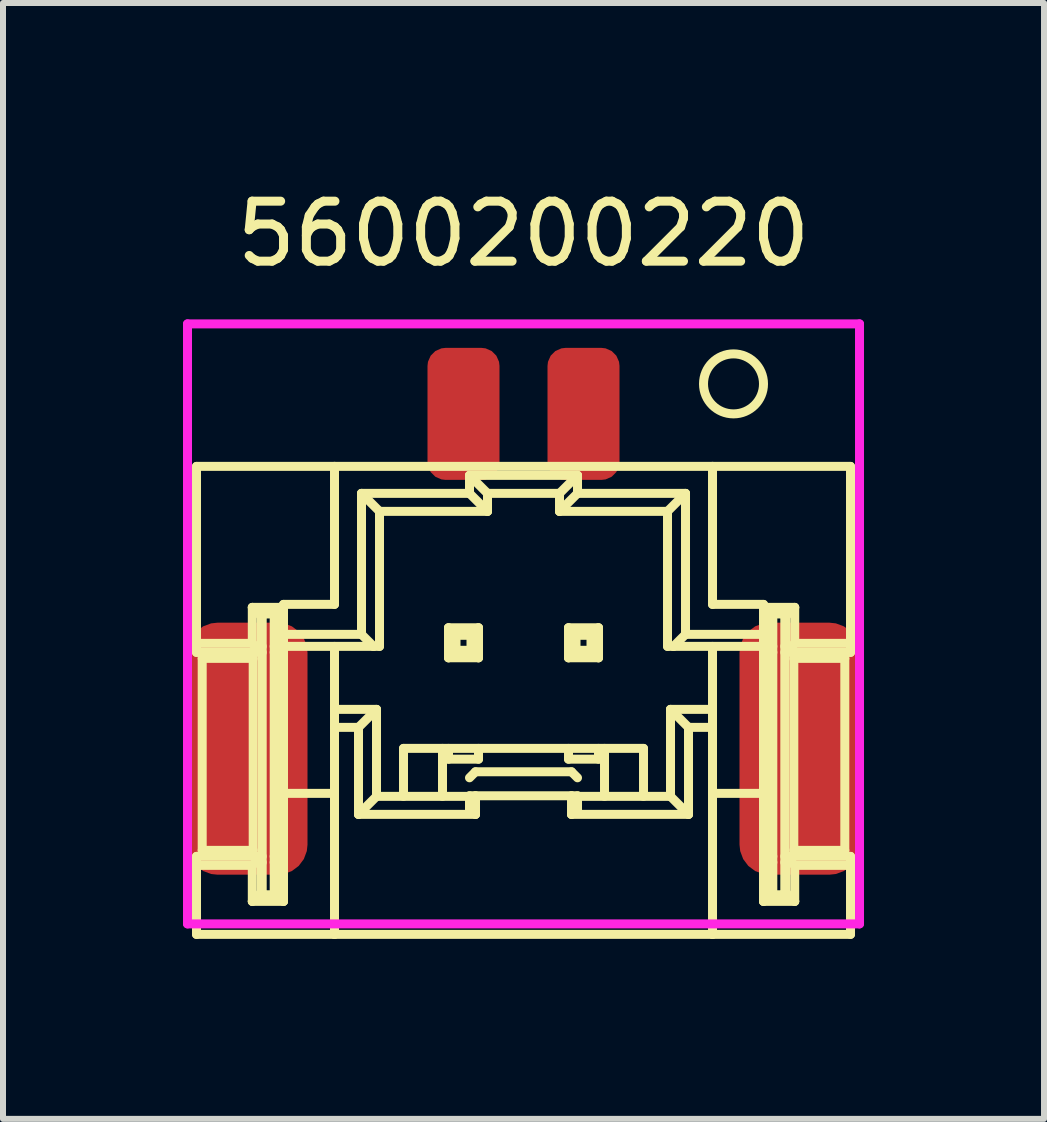
<source format=kicad_pcb>
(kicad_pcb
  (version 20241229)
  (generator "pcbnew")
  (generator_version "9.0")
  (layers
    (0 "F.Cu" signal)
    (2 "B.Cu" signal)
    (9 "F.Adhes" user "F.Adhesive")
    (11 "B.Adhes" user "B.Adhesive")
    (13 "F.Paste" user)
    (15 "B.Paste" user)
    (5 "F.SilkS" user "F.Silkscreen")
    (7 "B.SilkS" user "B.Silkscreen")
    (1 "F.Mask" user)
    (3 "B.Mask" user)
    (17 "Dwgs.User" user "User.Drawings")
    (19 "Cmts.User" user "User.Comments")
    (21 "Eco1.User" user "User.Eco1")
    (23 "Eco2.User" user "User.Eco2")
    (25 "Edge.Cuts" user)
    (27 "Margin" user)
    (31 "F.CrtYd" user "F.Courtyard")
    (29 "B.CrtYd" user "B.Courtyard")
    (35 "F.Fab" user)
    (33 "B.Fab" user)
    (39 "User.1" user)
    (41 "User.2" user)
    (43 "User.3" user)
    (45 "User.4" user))
  (footprint "5600200220"
    (layer "F.Cu")
    (at 5.675 6.348)
    (property "Reference" "5600200220" (at 0 -5.5 0) (layer "F.SilkS") (effects (font (size 1 1) (thickness 0.15))))
    (attr smd)
    (fp_line (start -5.45 -1.625) (end -5.45 1.325) (stroke (width 0.15) (type solid)) (layer "F.SilkS"))
    (fp_line (start -5.45 1.475) (end -5.45 1.325) (stroke (width 0.15) (type solid)) (layer "F.SilkS"))
    (fp_line (start -5.45 1.475) (end -4.37 1.475) (stroke (width 0.15) (type solid)) (layer "F.SilkS"))
    (fp_line (start -5.45 5.025) (end -5.45 4.875) (stroke (width 0.15) (type solid)) (layer "F.SilkS"))
    (fp_line (start -5.45 5.025) (end -4.52 5.025) (stroke (width 0.15) (type solid)) (layer "F.SilkS"))
    (fp_line (start -5.45 6.175) (end -5.45 5.025) (stroke (width 0.15) (type solid)) (layer "F.SilkS"))
    (fp_line (start -5.45 6.175) (end -3.15 6.175) (stroke (width 0.15) (type solid)) (layer "F.SilkS"))
    (fp_line (start -5.355 4.775) (end -5.355 1.575) (stroke (width 0.15) (type solid)) (layer "F.SilkS"))
    (fp_line (start -4.52 0.725) (end -4.37 0.875) (stroke (width 0.15) (type solid)) (layer "F.SilkS"))
    (fp_line (start -4.52 0.725) (end -4 0.725) (stroke (width 0.15) (type solid)) (layer "F.SilkS"))
    (fp_line (start -4.52 1.325) (end -5.45 1.325) (stroke (width 0.15) (type solid)) (layer "F.SilkS"))
    (fp_line (start -4.52 1.325) (end -4.52 0.725) (stroke (width 0.15) (type solid)) (layer "F.SilkS"))
    (fp_line (start -4.52 5.025) (end -4.37 4.875) (stroke (width 0.15) (type solid)) (layer "F.SilkS"))
    (fp_line (start -4.52 5.625) (end -4.52 5.025) (stroke (width 0.15) (type solid)) (layer "F.SilkS"))
    (fp_line (start -4.52 5.625) (end -4 5.625) (stroke (width 0.15) (type solid)) (layer "F.SilkS"))
    (fp_line (start -4.505 1.575) (end -5.355 1.575) (stroke (width 0.15) (type solid)) (layer "F.SilkS"))
    (fp_line (start -4.505 1.575) (end -4.505 4.775) (stroke (width 0.15) (type solid)) (layer "F.SilkS"))
    (fp_line (start -4.505 4.775) (end -5.355 4.775) (stroke (width 0.15) (type solid)) (layer "F.SilkS"))
    (fp_line (start -4.37 0.875) (end -4.355 0.875) (stroke (width 0.15) (type solid)) (layer "F.SilkS"))
    (fp_line (start -4.37 1.475) (end -4.52 1.325) (stroke (width 0.15) (type solid)) (layer "F.SilkS"))
    (fp_line (start -4.37 1.475) (end -4.37 0.875) (stroke (width 0.15) (type solid)) (layer "F.SilkS"))
    (fp_line (start -4.37 4.875) (end -5.45 4.875) (stroke (width 0.15) (type solid)) (layer "F.SilkS"))
    (fp_line (start -4.37 4.875) (end -4.355 4.875) (stroke (width 0.15) (type solid)) (layer "F.SilkS"))
    (fp_line (start -4.37 5.475) (end -4.52 5.625) (stroke (width 0.15) (type solid)) (layer "F.SilkS"))
    (fp_line (start -4.37 5.475) (end -4.37 4.875) (stroke (width 0.15) (type solid)) (layer "F.SilkS"))
    (fp_line (start -4.355 1.375) (end -4.37 1.375) (stroke (width 0.15) (type solid)) (layer "F.SilkS"))
    (fp_line (start -4.355 1.475) (end -4.37 1.475) (stroke (width 0.15) (type solid)) (layer "F.SilkS"))
    (fp_line (start -4.355 4.975) (end -4.37 4.975) (stroke (width 0.15) (type solid)) (layer "F.SilkS"))
    (fp_line (start -4.355 5.475) (end -4.37 5.475) (stroke (width 0.15) (type solid)) (layer "F.SilkS"))
    (fp_line (start -4.355 5.515) (end -4.355 0.835) (stroke (width 0.15) (type solid)) (layer "F.SilkS"))
    (fp_line (start -4.155 0.835) (end -4.355 0.835) (stroke (width 0.15) (type solid)) (layer "F.SilkS"))
    (fp_line (start -4.155 0.875) (end -4.14 0.875) (stroke (width 0.15) (type solid)) (layer "F.SilkS"))
    (fp_line (start -4.155 4.875) (end -4.14 4.875) (stroke (width 0.15) (type solid)) (layer "F.SilkS"))
    (fp_line (start -4.155 4.975) (end -4.14 4.975) (stroke (width 0.15) (type solid)) (layer "F.SilkS"))
    (fp_line (start -4.155 5.515) (end -4.355 5.515) (stroke (width 0.15) (type solid)) (layer "F.SilkS"))
    (fp_line (start -4.155 5.515) (end -4.155 0.835) (stroke (width 0.15) (type solid)) (layer "F.SilkS"))
    (fp_line (start -4.14 1.375) (end -4.155 1.375) (stroke (width 0.15) (type solid)) (layer "F.SilkS"))
    (fp_line (start -4.14 1.475) (end -4.155 1.475) (stroke (width 0.15) (type solid)) (layer "F.SilkS"))
    (fp_line (start -4.14 5.475) (end -4.155 5.475) (stroke (width 0.15) (type solid)) (layer "F.SilkS"))
    (fp_line (start -4.14 5.475) (end -4.14 0.875) (stroke (width 0.15) (type solid)) (layer "F.SilkS"))
    (fp_line (start -4.14 5.475) (end -4 5.625) (stroke (width 0.15) (type solid)) (layer "F.SilkS"))
    (fp_line (start -4 0.675) (end -4 1.175) (stroke (width 0.15) (type solid)) (layer "F.SilkS"))
    (fp_line (start -4 0.675) (end -3.15 0.675) (stroke (width 0.15) (type solid)) (layer "F.SilkS"))
    (fp_line (start -4 0.725) (end -4.14 0.875) (stroke (width 0.15) (type solid)) (layer "F.SilkS"))
    (fp_line (start -4 1.175) (end -2.7 1.175) (stroke (width 0.15) (type solid)) (layer "F.SilkS"))
    (fp_line (start -4 1.375) (end -4 1.175) (stroke (width 0.15) (type solid)) (layer "F.SilkS"))
    (fp_line (start -4 1.375) (end -4 3.825) (stroke (width 0.15) (type solid)) (layer "F.SilkS"))
    (fp_line (start -4 1.375) (end -2.5 1.375) (stroke (width 0.15) (type solid)) (layer "F.SilkS"))
    (fp_line (start -4 5.625) (end -4 3.825) (stroke (width 0.15) (type solid)) (layer "F.SilkS"))
    (fp_line (start -3.15 -1.625) (end -5.45 -1.625) (stroke (width 0.15) (type solid)) (layer "F.SilkS"))
    (fp_line (start -3.15 -1.625) (end -3.15 0.675) (stroke (width 0.15) (type solid)) (layer "F.SilkS"))
    (fp_line (start -3.15 -1.625) (end 3.15 -1.625) (stroke (width 0.15) (type solid)) (layer "F.SilkS"))
    (fp_line (start -3.15 1.375) (end -3.15 2.425) (stroke (width 0.15) (type solid)) (layer "F.SilkS"))
    (fp_line (start -3.15 2.425) (end -2.45 2.425) (stroke (width 0.15) (type solid)) (layer "F.SilkS"))
    (fp_line (start -3.15 2.725) (end -3.15 2.425) (stroke (width 0.15) (type solid)) (layer "F.SilkS"))
    (fp_line (start -3.15 2.725) (end -3.15 6.175) (stroke (width 0.15) (type solid)) (layer "F.SilkS"))
    (fp_line (start -3.15 2.725) (end -2.75 2.725) (stroke (width 0.15) (type solid)) (layer "F.SilkS"))
    (fp_line (start -3.15 3.825) (end -4 3.825) (stroke (width 0.15) (type solid)) (layer "F.SilkS"))
    (fp_line (start -3.15 6.175) (end 3.15 6.175) (stroke (width 0.15) (type solid)) (layer "F.SilkS"))
    (fp_line (start -2.75 2.725) (end -2.45 2.425) (stroke (width 0.15) (type solid)) (layer "F.SilkS"))
    (fp_line (start -2.75 4.175) (end -2.75 2.725) (stroke (width 0.15) (type solid)) (layer "F.SilkS"))
    (fp_line (start -2.75 4.175) (end -2.45 3.875) (stroke (width 0.15) (type solid)) (layer "F.SilkS"))
    (fp_line (start -2.75 4.175) (end -0.8 4.175) (stroke (width 0.15) (type solid)) (layer "F.SilkS"))
    (fp_line (start -2.7 -1.175) (end -2.7 1.175) (stroke (width 0.15) (type solid)) (layer "F.SilkS"))
    (fp_line (start -2.7 -1.175) (end -2.4 -0.875) (stroke (width 0.15) (type solid)) (layer "F.SilkS"))
    (fp_line (start -2.7 1.175) (end -2.5 1.375) (stroke (width 0.15) (type solid)) (layer "F.SilkS"))
    (fp_line (start -2.45 3.875) (end -2.45 2.425) (stroke (width 0.15) (type solid)) (layer "F.SilkS"))
    (fp_line (start -2.45 3.875) (end -0.9 3.875) (stroke (width 0.15) (type solid)) (layer "F.SilkS"))
    (fp_line (start -2.4 -0.875) (end -0.6 -0.875) (stroke (width 0.15) (type solid)) (layer "F.SilkS"))
    (fp_line (start -2.4 1.375) (end -2.5 1.375) (stroke (width 0.15) (type solid)) (layer "F.SilkS"))
    (fp_line (start -2.4 1.375) (end -2.4 -0.875) (stroke (width 0.15) (type solid)) (layer "F.SilkS"))
    (fp_line (start -2 3.075) (end 2 3.075) (stroke (width 0.15) (type solid)) (layer "F.SilkS"))
    (fp_line (start -2 3.875) (end -2 3.075) (stroke (width 0.15) (type solid)) (layer "F.SilkS"))
    (fp_line (start -1.35 3.875) (end -1.35 3.075) (stroke (width 0.15) (type solid)) (layer "F.SilkS"))
    (fp_line (start -1.25 1.065) (end -1.25 1.565) (stroke (width 0.15) (type solid)) (layer "F.SilkS"))
    (fp_line (start -1.25 1.065) (end -1.125 1.19) (stroke (width 0.15) (type solid)) (layer "F.SilkS"))
    (fp_line (start -1.25 1.565) (end -1.125 1.44) (stroke (width 0.15) (type solid)) (layer "F.SilkS"))
    (fp_line (start -1.25 3.075) (end -1.25 3.255) (stroke (width 0.15) (type solid)) (layer "F.SilkS"))
    (fp_line (start -1.25 3.255) (end -0.75 3.255) (stroke (width 0.15) (type solid)) (layer "F.SilkS"))
    (fp_line (start -1.125 1.19) (end -1.125 1.44) (stroke (width 0.15) (type solid)) (layer "F.SilkS"))
    (fp_line (start -1.125 1.19) (end -0.875 1.19) (stroke (width 0.15) (type solid)) (layer "F.SilkS"))
    (fp_line (start -1.125 1.44) (end -0.875 1.44) (stroke (width 0.15) (type solid)) (layer "F.SilkS"))
    (fp_line (start -0.9 -1.475) (end -0.9 -1.175) (stroke (width 0.15) (type solid)) (layer "F.SilkS"))
    (fp_line (start -0.9 -1.475) (end -0.6 -1.175) (stroke (width 0.15) (type solid)) (layer "F.SilkS"))
    (fp_line (start -0.9 -1.475) (end 0.9 -1.475) (stroke (width 0.15) (type solid)) (layer "F.SilkS"))
    (fp_line (start -0.9 -1.175) (end -2.7 -1.175) (stroke (width 0.15) (type solid)) (layer "F.SilkS"))
    (fp_line (start -0.9 -1.175) (end -0.6 -0.875) (stroke (width 0.15) (type solid)) (layer "F.SilkS"))
    (fp_line (start -0.9 3.865) (end -0.8 3.865) (stroke (width 0.15) (type solid)) (layer "F.SilkS"))
    (fp_line (start -0.9 4.125) (end -0.9 3.865) (stroke (width 0.15) (type solid)) (layer "F.SilkS"))
    (fp_line (start -0.875 1.19) (end -0.75 1.065) (stroke (width 0.15) (type solid)) (layer "F.SilkS"))
    (fp_line (start -0.875 1.44) (end -0.875 1.19) (stroke (width 0.15) (type solid)) (layer "F.SilkS"))
    (fp_line (start -0.8 3.465) (end -0.9 3.565) (stroke (width 0.15) (type solid)) (layer "F.SilkS"))
    (fp_line (start -0.8 3.865) (end 0.8 3.865) (stroke (width 0.15) (type solid)) (layer "F.SilkS"))
    (fp_line (start -0.8 4.175) (end -0.9 4.125) (stroke (width 0.15) (type solid)) (layer "F.SilkS"))
    (fp_line (start -0.8 4.175) (end -0.8 3.865) (stroke (width 0.15) (type solid)) (layer "F.SilkS"))
    (fp_line (start -0.75 1.065) (end -1.25 1.065) (stroke (width 0.15) (type solid)) (layer "F.SilkS"))
    (fp_line (start -0.75 1.065) (end -0.75 1.565) (stroke (width 0.15) (type solid)) (layer "F.SilkS"))
    (fp_line (start -0.75 1.565) (end -1.25 1.565) (stroke (width 0.15) (type solid)) (layer "F.SilkS"))
    (fp_line (start -0.75 1.565) (end -0.875 1.44) (stroke (width 0.15) (type solid)) (layer "F.SilkS"))
    (fp_line (start -0.75 3.255) (end -0.75 3.075) (stroke (width 0.15) (type solid)) (layer "F.SilkS"))
    (fp_line (start -0.6 -0.875) (end -0.6 -1.175) (stroke (width 0.15) (type solid)) (layer "F.SilkS"))
    (fp_line (start 0.6 -1.175) (end -0.6 -1.175) (stroke (width 0.15) (type solid)) (layer "F.SilkS"))
    (fp_line (start 0.6 -0.875) (end 0.6 -1.175) (stroke (width 0.15) (type solid)) (layer "F.SilkS"))
    (fp_line (start 0.75 1.065) (end 0.75 1.565) (stroke (width 0.15) (type solid)) (layer "F.SilkS"))
    (fp_line (start 0.75 1.065) (end 0.875 1.19) (stroke (width 0.15) (type solid)) (layer "F.SilkS"))
    (fp_line (start 0.75 1.565) (end 0.875 1.44) (stroke (width 0.15) (type solid)) (layer "F.SilkS"))
    (fp_line (start 0.75 3.255) (end 0.75 3.075) (stroke (width 0.15) (type solid)) (layer "F.SilkS"))
    (fp_line (start 0.8 3.465) (end -0.8 3.465) (stroke (width 0.15) (type solid)) (layer "F.SilkS"))
    (fp_line (start 0.8 3.865) (end 0.9 3.865) (stroke (width 0.15) (type solid)) (layer "F.SilkS"))
    (fp_line (start 0.8 4.175) (end 0.8 3.865) (stroke (width 0.15) (type solid)) (layer "F.SilkS"))
    (fp_line (start 0.8 4.175) (end 0.9 4.125) (stroke (width 0.15) (type solid)) (layer "F.SilkS"))
    (fp_line (start 0.8 4.175) (end 2.75 4.175) (stroke (width 0.15) (type solid)) (layer "F.SilkS"))
    (fp_line (start 0.875 1.19) (end 0.875 1.44) (stroke (width 0.15) (type solid)) (layer "F.SilkS"))
    (fp_line (start 0.875 1.19) (end 1.125 1.19) (stroke (width 0.15) (type solid)) (layer "F.SilkS"))
    (fp_line (start 0.875 1.44) (end 1.125 1.44) (stroke (width 0.15) (type solid)) (layer "F.SilkS"))
    (fp_line (start 0.9 -1.475) (end 0.6 -1.175) (stroke (width 0.15) (type solid)) (layer "F.SilkS"))
    (fp_line (start 0.9 -1.475) (end 0.9 -1.175) (stroke (width 0.15) (type solid)) (layer "F.SilkS"))
    (fp_line (start 0.9 -1.175) (end 0.6 -0.875) (stroke (width 0.15) (type solid)) (layer "F.SilkS"))
    (fp_line (start 0.9 -1.175) (end 2.7 -1.175) (stroke (width 0.15) (type solid)) (layer "F.SilkS"))
    (fp_line (start 0.9 3.565) (end 0.8 3.465) (stroke (width 0.15) (type solid)) (layer "F.SilkS"))
    (fp_line (start 0.9 4.125) (end 0.9 3.865) (stroke (width 0.15) (type solid)) (layer "F.SilkS"))
    (fp_line (start 1.125 1.19) (end 1.25 1.065) (stroke (width 0.15) (type solid)) (layer "F.SilkS"))
    (fp_line (start 1.125 1.44) (end 1.125 1.19) (stroke (width 0.15) (type solid)) (layer "F.SilkS"))
    (fp_line (start 1.25 1.065) (end 0.75 1.065) (stroke (width 0.15) (type solid)) (layer "F.SilkS"))
    (fp_line (start 1.25 1.065) (end 1.25 1.565) (stroke (width 0.15) (type solid)) (layer "F.SilkS"))
    (fp_line (start 1.25 1.565) (end 0.75 1.565) (stroke (width 0.15) (type solid)) (layer "F.SilkS"))
    (fp_line (start 1.25 1.565) (end 1.125 1.44) (stroke (width 0.15) (type solid)) (layer "F.SilkS"))
    (fp_line (start 1.25 3.075) (end 1.25 3.255) (stroke (width 0.15) (type solid)) (layer "F.SilkS"))
    (fp_line (start 1.25 3.255) (end 0.75 3.255) (stroke (width 0.15) (type solid)) (layer "F.SilkS"))
    (fp_line (start 1.35 3.875) (end 1.35 3.075) (stroke (width 0.15) (type solid)) (layer "F.SilkS"))
    (fp_line (start 2 3.875) (end 2 3.075) (stroke (width 0.15) (type solid)) (layer "F.SilkS"))
    (fp_line (start 2.4 -0.875) (end 0.6 -0.875) (stroke (width 0.15) (type solid)) (layer "F.SilkS"))
    (fp_line (start 2.4 1.375) (end 2.4 -0.875) (stroke (width 0.15) (type solid)) (layer "F.SilkS"))
    (fp_line (start 2.45 3.875) (end 0.9 3.875) (stroke (width 0.15) (type solid)) (layer "F.SilkS"))
    (fp_line (start 2.45 3.875) (end 2.45 2.425) (stroke (width 0.15) (type solid)) (layer "F.SilkS"))
    (fp_line (start 2.5 1.375) (end 2.4 1.375) (stroke (width 0.15) (type solid)) (layer "F.SilkS"))
    (fp_line (start 2.7 -1.175) (end 2.4 -0.875) (stroke (width 0.15) (type solid)) (layer "F.SilkS"))
    (fp_line (start 2.7 -1.175) (end 2.7 1.175) (stroke (width 0.15) (type solid)) (layer "F.SilkS"))
    (fp_line (start 2.7 1.175) (end 2.5 1.375) (stroke (width 0.15) (type solid)) (layer "F.SilkS"))
    (fp_line (start 2.75 2.725) (end 2.45 2.425) (stroke (width 0.15) (type solid)) (layer "F.SilkS"))
    (fp_line (start 2.75 4.175) (end 2.45 3.875) (stroke (width 0.15) (type solid)) (layer "F.SilkS"))
    (fp_line (start 2.75 4.175) (end 2.75 2.725) (stroke (width 0.15) (type solid)) (layer "F.SilkS"))
    (fp_line (start 3.15 -1.625) (end 3.15 0.675) (stroke (width 0.15) (type solid)) (layer "F.SilkS"))
    (fp_line (start 3.15 -1.625) (end 5.45 -1.625) (stroke (width 0.15) (type solid)) (layer "F.SilkS"))
    (fp_line (start 3.15 1.375) (end 3.15 2.425) (stroke (width 0.15) (type solid)) (layer "F.SilkS"))
    (fp_line (start 3.15 2.425) (end 2.45 2.425) (stroke (width 0.15) (type solid)) (layer "F.SilkS"))
    (fp_line (start 3.15 2.425) (end 3.15 2.725) (stroke (width 0.15) (type solid)) (layer "F.SilkS"))
    (fp_line (start 3.15 2.725) (end 2.75 2.725) (stroke (width 0.15) (type solid)) (layer "F.SilkS"))
    (fp_line (start 3.15 2.725) (end 3.15 6.175) (stroke (width 0.15) (type solid)) (layer "F.SilkS"))
    (fp_line (start 3.15 3.825) (end 4 3.825) (stroke (width 0.15) (type solid)) (layer "F.SilkS"))
    (fp_line (start 4 0.675) (end 3.15 0.675) (stroke (width 0.15) (type solid)) (layer "F.SilkS"))
    (fp_line (start 4 0.675) (end 4 1.175) (stroke (width 0.15) (type solid)) (layer "F.SilkS"))
    (fp_line (start 4 0.725) (end 4.52 0.725) (stroke (width 0.15) (type solid)) (layer "F.SilkS"))
    (fp_line (start 4 1.175) (end 2.7 1.175) (stroke (width 0.15) (type solid)) (layer "F.SilkS"))
    (fp_line (start 4 1.175) (end 4 1.375) (stroke (width 0.15) (type solid)) (layer "F.SilkS"))
    (fp_line (start 4 1.375) (end 2.5 1.375) (stroke (width 0.15) (type solid)) (layer "F.SilkS"))
    (fp_line (start 4 1.375) (end 4 3.825) (stroke (width 0.15) (type solid)) (layer "F.SilkS"))
    (fp_line (start 4 5.625) (end 4 3.825) (stroke (width 0.15) (type solid)) (layer "F.SilkS"))
    (fp_line (start 4 5.625) (end 4.14 5.475) (stroke (width 0.15) (type solid)) (layer "F.SilkS"))
    (fp_line (start 4.14 0.875) (end 4 0.725) (stroke (width 0.15) (type solid)) (layer "F.SilkS"))
    (fp_line (start 4.14 1.475) (end 4.155 1.475) (stroke (width 0.15) (type solid)) (layer "F.SilkS"))
    (fp_line (start 4.14 5.475) (end 4.14 0.875) (stroke (width 0.15) (type solid)) (layer "F.SilkS"))
    (fp_line (start 4.14 5.475) (end 4.155 5.475) (stroke (width 0.15) (type solid)) (layer "F.SilkS"))
    (fp_line (start 4.155 0.835) (end 4.355 0.835) (stroke (width 0.15) (type solid)) (layer "F.SilkS"))
    (fp_line (start 4.155 0.875) (end 4.14 0.875) (stroke (width 0.15) (type solid)) (layer "F.SilkS"))
    (fp_line (start 4.155 1.375) (end 4.14 1.375) (stroke (width 0.15) (type solid)) (layer "F.SilkS"))
    (fp_line (start 4.155 4.875) (end 4.14 4.875) (stroke (width 0.15) (type solid)) (layer "F.SilkS"))
    (fp_line (start 4.155 4.975) (end 4.14 4.975) (stroke (width 0.15) (type solid)) (layer "F.SilkS"))
    (fp_line (start 4.155 5.515) (end 4.155 0.835) (stroke (width 0.15) (type solid)) (layer "F.SilkS"))
    (fp_line (start 4.155 5.515) (end 4.355 5.515) (stroke (width 0.15) (type solid)) (layer "F.SilkS"))
    (fp_line (start 4.355 0.835) (end 4.355 5.515) (stroke (width 0.15) (type solid)) (layer "F.SilkS"))
    (fp_line (start 4.355 1.475) (end 4.37 1.475) (stroke (width 0.15) (type solid)) (layer "F.SilkS"))
    (fp_line (start 4.355 5.475) (end 4.37 5.475) (stroke (width 0.15) (type solid)) (layer "F.SilkS"))
    (fp_line (start 4.37 0.875) (end 4.355 0.875) (stroke (width 0.15) (type solid)) (layer "F.SilkS"))
    (fp_line (start 4.37 0.875) (end 4.37 1.475) (stroke (width 0.15) (type solid)) (layer "F.SilkS"))
    (fp_line (start 4.37 1.375) (end 4.355 1.375) (stroke (width 0.15) (type solid)) (layer "F.SilkS"))
    (fp_line (start 4.37 1.475) (end 4.52 1.325) (stroke (width 0.15) (type solid)) (layer "F.SilkS"))
    (fp_line (start 4.37 4.875) (end 4.355 4.875) (stroke (width 0.15) (type solid)) (layer "F.SilkS"))
    (fp_line (start 4.37 4.875) (end 4.37 5.475) (stroke (width 0.15) (type solid)) (layer "F.SilkS"))
    (fp_line (start 4.37 4.875) (end 5.45 4.875) (stroke (width 0.15) (type solid)) (layer "F.SilkS"))
    (fp_line (start 4.37 4.975) (end 4.355 4.975) (stroke (width 0.15) (type solid)) (layer "F.SilkS"))
    (fp_line (start 4.37 5.475) (end 4.52 5.625) (stroke (width 0.15) (type solid)) (layer "F.SilkS"))
    (fp_line (start 4.505 1.575) (end 5.355 1.575) (stroke (width 0.15) (type solid)) (layer "F.SilkS"))
    (fp_line (start 4.505 4.775) (end 4.505 1.575) (stroke (width 0.15) (type solid)) (layer "F.SilkS"))
    (fp_line (start 4.52 0.725) (end 4.37 0.875) (stroke (width 0.15) (type solid)) (layer "F.SilkS"))
    (fp_line (start 4.52 0.725) (end 4.52 1.325) (stroke (width 0.15) (type solid)) (layer "F.SilkS"))
    (fp_line (start 4.52 1.325) (end 5.45 1.325) (stroke (width 0.15) (type solid)) (layer "F.SilkS"))
    (fp_line (start 4.52 5.025) (end 4.37 4.875) (stroke (width 0.15) (type solid)) (layer "F.SilkS"))
    (fp_line (start 4.52 5.025) (end 4.52 5.625) (stroke (width 0.15) (type solid)) (layer "F.SilkS"))
    (fp_line (start 4.52 5.625) (end 4 5.625) (stroke (width 0.15) (type solid)) (layer "F.SilkS"))
    (fp_line (start 5.355 4.775) (end 4.505 4.775) (stroke (width 0.15) (type solid)) (layer "F.SilkS"))
    (fp_line (start 5.355 4.775) (end 5.355 1.575) (stroke (width 0.15) (type solid)) (layer "F.SilkS"))
    (fp_line (start 5.45 -1.625) (end 5.45 1.325) (stroke (width 0.15) (type solid)) (layer "F.SilkS"))
    (fp_line (start 5.45 1.325) (end 5.45 1.475) (stroke (width 0.15) (type solid)) (layer "F.SilkS"))
    (fp_line (start 5.45 1.475) (end 4.37 1.475) (stroke (width 0.15) (type solid)) (layer "F.SilkS"))
    (fp_line (start 5.45 4.875) (end 5.45 5.025) (stroke (width 0.15) (type solid)) (layer "F.SilkS"))
    (fp_line (start 5.45 5.025) (end 4.52 5.025) (stroke (width 0.15) (type solid)) (layer "F.SilkS"))
    (fp_line (start 5.45 6.175) (end 3.15 6.175) (stroke (width 0.15) (type solid)) (layer "F.SilkS"))
    (fp_line (start 5.45 6.175) (end 5.45 5.025) (stroke (width 0.15) (type solid)) (layer "F.SilkS"))
    (fp_circle (center 3.5 -3) (end 4 -3) (stroke (width 0.15) (type solid)) (fill no) (layer "F.SilkS"))
    (fp_line (start -5.6 6) (end -5.6 -4) (stroke (width 0.15) (type solid)) (layer "F.CrtYd"))
    (fp_line (start -5.6 6) (end 5.6 6) (stroke (width 0.15) (type solid)) (layer "F.CrtYd"))
    (fp_line (start 5.6 -4) (end -5.6 -4) (stroke (width 0.15) (type solid)) (layer "F.CrtYd"))
    (fp_line (start 5.6 6) (end 5.6 -4) (stroke (width 0.15) (type solid)) (layer "F.CrtYd"))
    (pad "" connect roundrect (at -4.6 3.08) (size 2 4.2) (layers "F.Cu" "F.Mask") (roundrect_rratio 0.25))
    (pad "" connect roundrect (at 4.6 3.08) (size 2 4.2) (layers "F.Cu" "F.Mask") (roundrect_rratio 0.25))
    (pad "1" connect roundrect (at 1 -2.5) (size 1.2 2.2) (layers "F.Cu" "F.Mask") (roundrect_rratio 0.25))
    (pad "2" connect roundrect (at -1 -2.5) (size 1.2 2.2) (layers "F.Cu" "F.Mask") (roundrect_rratio 0.25)))
  (gr_rect
    (start -3 -3)
    (end 14.35 15.598)
    (stroke (width 0.1) (type default))
    (fill no)
    (layer "Edge.Cuts")))
</source>
